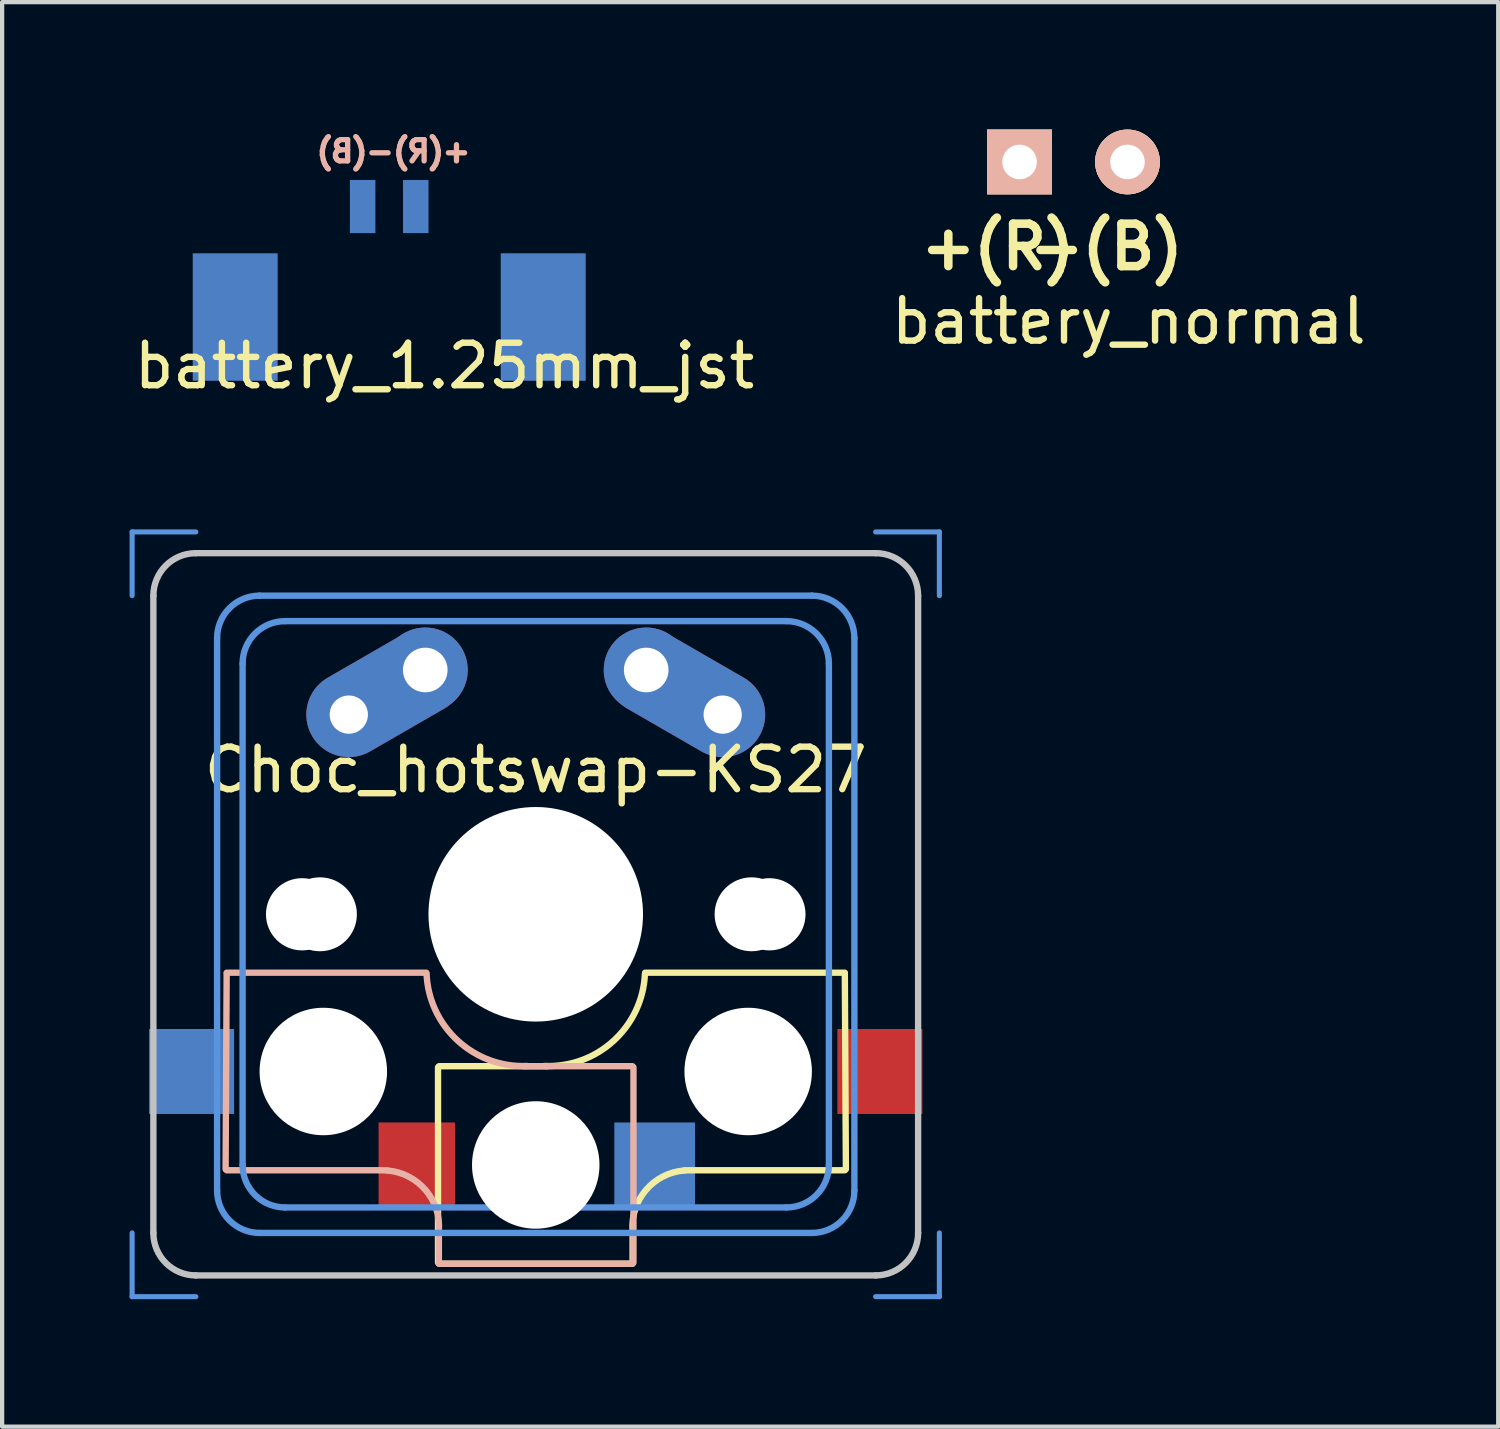
<source format=kicad_pcb>
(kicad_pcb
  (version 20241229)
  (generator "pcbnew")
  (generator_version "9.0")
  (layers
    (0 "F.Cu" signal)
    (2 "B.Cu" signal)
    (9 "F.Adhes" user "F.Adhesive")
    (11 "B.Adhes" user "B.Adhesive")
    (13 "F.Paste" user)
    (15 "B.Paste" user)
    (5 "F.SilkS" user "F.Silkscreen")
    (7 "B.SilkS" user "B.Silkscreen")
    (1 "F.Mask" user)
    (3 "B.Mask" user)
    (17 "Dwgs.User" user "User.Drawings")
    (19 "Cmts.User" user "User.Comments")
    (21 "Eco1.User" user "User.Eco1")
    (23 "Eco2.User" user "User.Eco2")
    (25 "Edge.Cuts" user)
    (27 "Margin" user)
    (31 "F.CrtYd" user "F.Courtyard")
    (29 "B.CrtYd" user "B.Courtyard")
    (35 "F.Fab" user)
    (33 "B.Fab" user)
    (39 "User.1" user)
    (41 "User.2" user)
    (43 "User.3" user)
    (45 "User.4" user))
  (footprint "Choc_hotswap-KS27"
    (layer "F.Cu")
    (at 9.56 18.47)
    (property "Reference" "Choc_hotswap-KS27" (at 0 -3.4 0) (unlocked yes) (layer "F.SilkS") (effects (font (size 1 1) (thickness 0.15))))
    (attr smd)
    (fp_line (start -2.3 3.6) (end -2.3 8.2) (stroke (width 0.15) (type solid)) (layer "F.SilkS"))
    (fp_line (start -2.275 3.575) (end 0.275 3.575) (stroke (width 0.15) (type solid)) (layer "F.SilkS"))
    (fp_line (start -2.275 8.225) (end 2.275 8.225) (stroke (width 0.15) (type solid)) (layer "F.SilkS"))
    (fp_line (start 2.28 7.5) (end 2.28 8.2) (stroke (width 0.15) (type solid)) (layer "F.SilkS"))
    (fp_line (start 2.575 1.375) (end 7.275 1.375) (stroke (width 0.15) (type solid)) (layer "F.SilkS"))
    (fp_line (start 3.5 6.025) (end 7.275 6.025) (stroke (width 0.15) (type solid)) (layer "F.SilkS"))
    (fp_line (start 7.275 1.4) (end 7.3 6) (stroke (width 0.15) (type solid)) (layer "F.SilkS"))
    (fp_arc (start 2.279999 7.449999) (mid 2.595908 6.487329) (end 3.5 6.03) (stroke (width 0.15) (type solid)) (layer "F.SilkS"))
    (fp_arc (start 2.57 1.4) (mid 1.834422 2.975843) (end 0.2 3.57) (stroke (width 0.15) (type solid)) (layer "F.SilkS"))
    (fp_line (start -7.275 1.4) (end -7.3 6) (stroke (width 0.15) (type solid)) (layer "B.SilkS"))
    (fp_line (start -3.5 6.025) (end -7.275 6.025) (stroke (width 0.15) (type solid)) (layer "B.SilkS"))
    (fp_line (start -2.575 1.375) (end -7.275 1.375) (stroke (width 0.15) (type solid)) (layer "B.SilkS"))
    (fp_line (start -2.28 7.5) (end -2.28 8.2) (stroke (width 0.15) (type solid)) (layer "B.SilkS"))
    (fp_line (start 2.275 3.575) (end -0.275 3.575) (stroke (width 0.15) (type solid)) (layer "B.SilkS"))
    (fp_line (start 2.275 8.225) (end -2.275 8.225) (stroke (width 0.15) (type solid)) (layer "B.SilkS"))
    (fp_line (start 2.3 3.6) (end 2.3 8.2) (stroke (width 0.15) (type solid)) (layer "B.SilkS"))
    (fp_arc (start -3.5 6.03) (mid -2.595908 6.48733) (end -2.28 7.45) (stroke (width 0.15) (type solid)) (layer "B.SilkS"))
    (fp_arc (start -0.2 3.57) (mid -1.834422 2.975843) (end -2.57 1.4) (stroke (width 0.15) (type solid)) (layer "B.SilkS"))
    (fp_line (start -9 7.5) (end -9 -7.5) (stroke (width 0.15) (type solid)) (layer "Dwgs.User"))
    (fp_line (start -8 -8.5) (end 8 -8.5) (stroke (width 0.15) (type solid)) (layer "Dwgs.User"))
    (fp_line (start 8 8.5) (end -8 8.5) (stroke (width 0.15) (type solid)) (layer "Dwgs.User"))
    (fp_line (start 9 -7.5) (end 9 7.5) (stroke (width 0.15) (type solid)) (layer "Dwgs.User"))
    (fp_arc (start -9 -7.5) (mid -8.707107 -8.207107) (end -8 -8.5) (stroke (width 0.15) (type solid)) (layer "Dwgs.User"))
    (fp_arc (start -8 8.5) (mid -8.707107 8.207107) (end -9 7.5) (stroke (width 0.15) (type solid)) (layer "Dwgs.User"))
    (fp_arc (start 8 -8.5) (mid 8.707107 -8.207107) (end 9 -7.5) (stroke (width 0.15) (type solid)) (layer "Dwgs.User"))
    (fp_arc (start 9 7.5) (mid 8.707107 8.207107) (end 8 8.5) (stroke (width 0.15) (type solid)) (layer "Dwgs.User"))
    (fp_line (start -9.5 -9) (end -9.5 -7.5) (stroke (width 0.12) (type solid)) (layer "Cmts.User"))
    (fp_line (start -9.5 7.5) (end -9.5 9) (stroke (width 0.12) (type solid)) (layer "Cmts.User"))
    (fp_line (start -9.5 9) (end -8 9) (stroke (width 0.12) (type solid)) (layer "Cmts.User"))
    (fp_line (start -8 -9) (end -9.5 -9) (stroke (width 0.12) (type solid)) (layer "Cmts.User"))
    (fp_line (start -7.5 6.5) (end -7.5 -6.5) (stroke (width 0.15) (type solid)) (layer "Cmts.User"))
    (fp_line (start -6.9 5.9) (end -6.9 -5.9) (stroke (width 0.15) (type solid)) (layer "Cmts.User"))
    (fp_line (start -6.5 -7.5) (end 6.5 -7.5) (stroke (width 0.15) (type solid)) (layer "Cmts.User"))
    (fp_line (start -5.9 -6.9) (end 5.9 -6.9) (stroke (width 0.15) (type solid)) (layer "Cmts.User"))
    (fp_line (start 5.9 6.9) (end -5.9 6.9) (stroke (width 0.15) (type solid)) (layer "Cmts.User"))
    (fp_line (start 6.5 7.5) (end -6.5 7.5) (stroke (width 0.15) (type solid)) (layer "Cmts.User"))
    (fp_line (start 6.9 -5.9) (end 6.9 5.9) (stroke (width 0.15) (type solid)) (layer "Cmts.User"))
    (fp_line (start 7.5 -6.5) (end 7.5 6.5) (stroke (width 0.15) (type solid)) (layer "Cmts.User"))
    (fp_line (start 8 9) (end 9.5 9) (stroke (width 0.12) (type solid)) (layer "Cmts.User"))
    (fp_line (start 9.5 -9) (end 8 -9) (stroke (width 0.12) (type solid)) (layer "Cmts.User"))
    (fp_line (start 9.5 -7.5) (end 9.5 -9) (stroke (width 0.12) (type solid)) (layer "Cmts.User"))
    (fp_line (start 9.5 9) (end 9.5 7.5) (stroke (width 0.12) (type solid)) (layer "Cmts.User"))
    (fp_arc (start -7.5 -6.5) (mid -7.207107 -7.207107) (end -6.5 -7.5) (stroke (width 0.15) (type solid)) (layer "Cmts.User"))
    (fp_arc (start -6.9 -5.9) (mid -6.607107 -6.607107) (end -5.9 -6.9) (stroke (width 0.15) (type solid)) (layer "Cmts.User"))
    (fp_arc (start -6.5 7.5) (mid -7.207107 7.207107) (end -7.5 6.5) (stroke (width 0.15) (type solid)) (layer "Cmts.User"))
    (fp_arc (start -5.9 6.9) (mid -6.607107 6.607107) (end -6.9 5.9) (stroke (width 0.15) (type solid)) (layer "Cmts.User"))
    (fp_arc (start 5.9 -6.9) (mid 6.607107 -6.607107) (end 6.9 -5.9) (stroke (width 0.15) (type solid)) (layer "Cmts.User"))
    (fp_arc (start 6.5 -7.5) (mid 7.207107 -7.207107) (end 7.5 -6.5) (stroke (width 0.15) (type solid)) (layer "Cmts.User"))
    (fp_arc (start 6.9 5.9) (mid 6.607107 6.607107) (end 5.9 6.9) (stroke (width 0.15) (type solid)) (layer "Cmts.User"))
    (fp_arc (start 7.5 6.5) (mid 7.207107 7.207107) (end 6.5 7.5) (stroke (width 0.15) (type solid)) (layer "Cmts.User"))
    (fp_line (start -8.75 -7.25) (end -8.75 7.25) (stroke (width 0.15) (type solid)) (layer "Eco2.User"))
    (fp_line (start -7.75 -8.25) (end 7.75 -8.25) (stroke (width 0.15) (type solid)) (layer "Eco2.User"))
    (fp_line (start 7.75 8.25) (end -7.75 8.25) (stroke (width 0.15) (type solid)) (layer "Eco2.User"))
    (fp_line (start 8.75 -7.25) (end 8.75 7.25) (stroke (width 0.15) (type solid)) (layer "Eco2.User"))
    (fp_arc (start -8.75 -7.25) (mid -8.457107 -7.957107) (end -7.75 -8.25) (stroke (width 0.15) (type solid)) (layer "Eco2.User"))
    (fp_arc (start -7.75 8.25) (mid -8.457107 7.957107) (end -8.75 7.25) (stroke (width 0.15) (type solid)) (layer "Eco2.User"))
    (fp_arc (start 7.75 -8.25) (mid 8.457106 -7.957106) (end 8.75 -7.25) (stroke (width 0.15) (type solid)) (layer "Eco2.User"))
    (fp_arc (start 8.75 7.25) (mid 8.457106 7.957106) (end 7.75 8.25) (stroke (width 0.15) (type solid)) (layer "Eco2.User"))
    (pad "" np_thru_hole circle (at -5.5 0 48.1) (size 1.7 1.7) (drill 1.7) (layers "*.Cu" "*.Mask"))
    (pad "" np_thru_hole circle (at -5.08 0 228.099) (size 1.74 1.74) (drill 1.74) (layers "*.Cu" "*.Mask"))
    (pad "" np_thru_hole circle (at -5 3.7 90) (size 3 3) (drill 3) (layers "*.Cu" "*.Mask"))
    (pad "" np_thru_hole circle (at 0 0) (size 5.05 5.05) (drill 5.05) (layers "*.Cu" "*.Mask"))
    (pad "" np_thru_hole circle (at 0 5.9 90) (size 3 3) (drill 3) (layers "*.Cu" "*.Mask"))
    (pad "" np_thru_hole circle (at 5 3.7 270) (size 3 3) (drill 3) (layers "*.Cu" "*.Mask"))
    (pad "" np_thru_hole circle (at 5.08 0 311.901) (size 1.74 1.74) (drill 1.74) (layers "*.Cu" "*.Mask"))
    (pad "" np_thru_hole circle (at 5.5 0 311.9) (size 1.7 1.7) (drill 1.7) (layers "*.Cu" "*.Mask"))
    (pad "1" smd rect (at -8.1 3.7 180) (size 2 2) (layers "B.Cu" "B.Mask" "B.Paste"))
    (pad "1" thru_hole circle (at 2.6 -5.75 180) (size 2 2) (drill 1.05) (layers "*.Cu" "*.Mask"))
    (pad "1" thru_hole oval (at 4.4 -4.7 150) (size 4 2) (drill 0.9 (offset 1 0)) (layers "*.Cu" "*.Mask"))
    (pad "1" smd rect (at 8.1 3.7 180) (size 2 2) (layers "F.Cu" "F.Mask" "F.Paste"))
    (pad "2" thru_hole oval (at -4.4 -4.7 30) (size 4 2) (drill 0.9 (offset 1 0)) (layers "*.Cu" "*.Mask"))
    (pad "2" smd rect (at -2.8 5.9 180) (size 1.8 2) (layers "F.Cu" "F.Mask" "F.Paste"))
    (pad "2" thru_hole circle (at -2.6 -5.75 180) (size 2 2) (drill 1.05) (layers "*.Cu" "*.Mask"))
    (pad "2" smd rect (at 2.8 5.9 180) (size 1.9 2) (layers "B.Cu" "B.Mask" "B.Paste")))
  (footprint "battery_normal"
    (layer "F.Cu")
    (at 22.218 0.762)
    (property "Reference" "battery_normal" (at 1.3 3.75 0) (unlocked yes) (layer "F.SilkS") (effects (font (size 1 1) (thickness 0.15))))
    (attr smd)
    (fp_text user "+(R)" (at -1.78 2 0) (unlocked yes) (layer "F.SilkS") (effects (font (size 1 1) (thickness 0.2))))
    (fp_text user "-(B)" (at 0.77 2 0) (unlocked yes) (layer "F.SilkS") (effects (font (size 1 1) (thickness 0.2))))
    (pad "1" thru_hole rect (at -1.27 0 270) (size 1.524 1.524) (drill 0.813) (layers "*.Cu" "*.SilkS" "*.Mask"))
    (pad "2" thru_hole circle (at 1.27 0 270) (size 1.524 1.524) (drill 0.813) (layers "*.Cu" "*.SilkS" "*.Mask")))
  (footprint "battery_1.25mm_jst"
    (layer "F.Cu")
    (at 6.111 1.812)
    (property "Reference" "battery_1.25mm_jst" (at 1.3 3.75 0) (unlocked yes) (layer "F.SilkS") (effects (font (size 1 1) (thickness 0.15))))
    (attr smd)
    (fp_text user "+(R)" (at 1 -1.3 0) (unlocked yes) (layer "B.SilkS") (effects (font (size 0.5 0.5) (thickness 0.125)) (justify mirror)))
    (fp_text user "-(B)" (at -0.8 -1.3 0) (unlocked yes) (layer "B.SilkS") (effects (font (size 0.5 0.5) (thickness 0.125)) (justify mirror)))
    (pad "1" smd rect (at 0.625 0) (size 0.6 1.25) (layers "B.Cu" "B.Mask" "B.Paste"))
    (pad "1" smd rect (at 3.625 2.6) (size 2 3) (layers "B.Cu" "B.Mask" "B.Paste"))
    (pad "2" smd rect (at -3.625 2.6) (size 2 3) (layers "B.Cu" "B.Mask" "B.Paste"))
    (pad "2" smd rect (at -0.625 0) (size 0.6 1.25) (layers "B.Cu" "B.Mask" "B.Paste")))
  (gr_rect
    (start -3 -3)
    (end 32.214 30.53)
    (stroke (width 0.1) (type default))
    (fill no)
    (layer "Edge.Cuts")))
</source>
